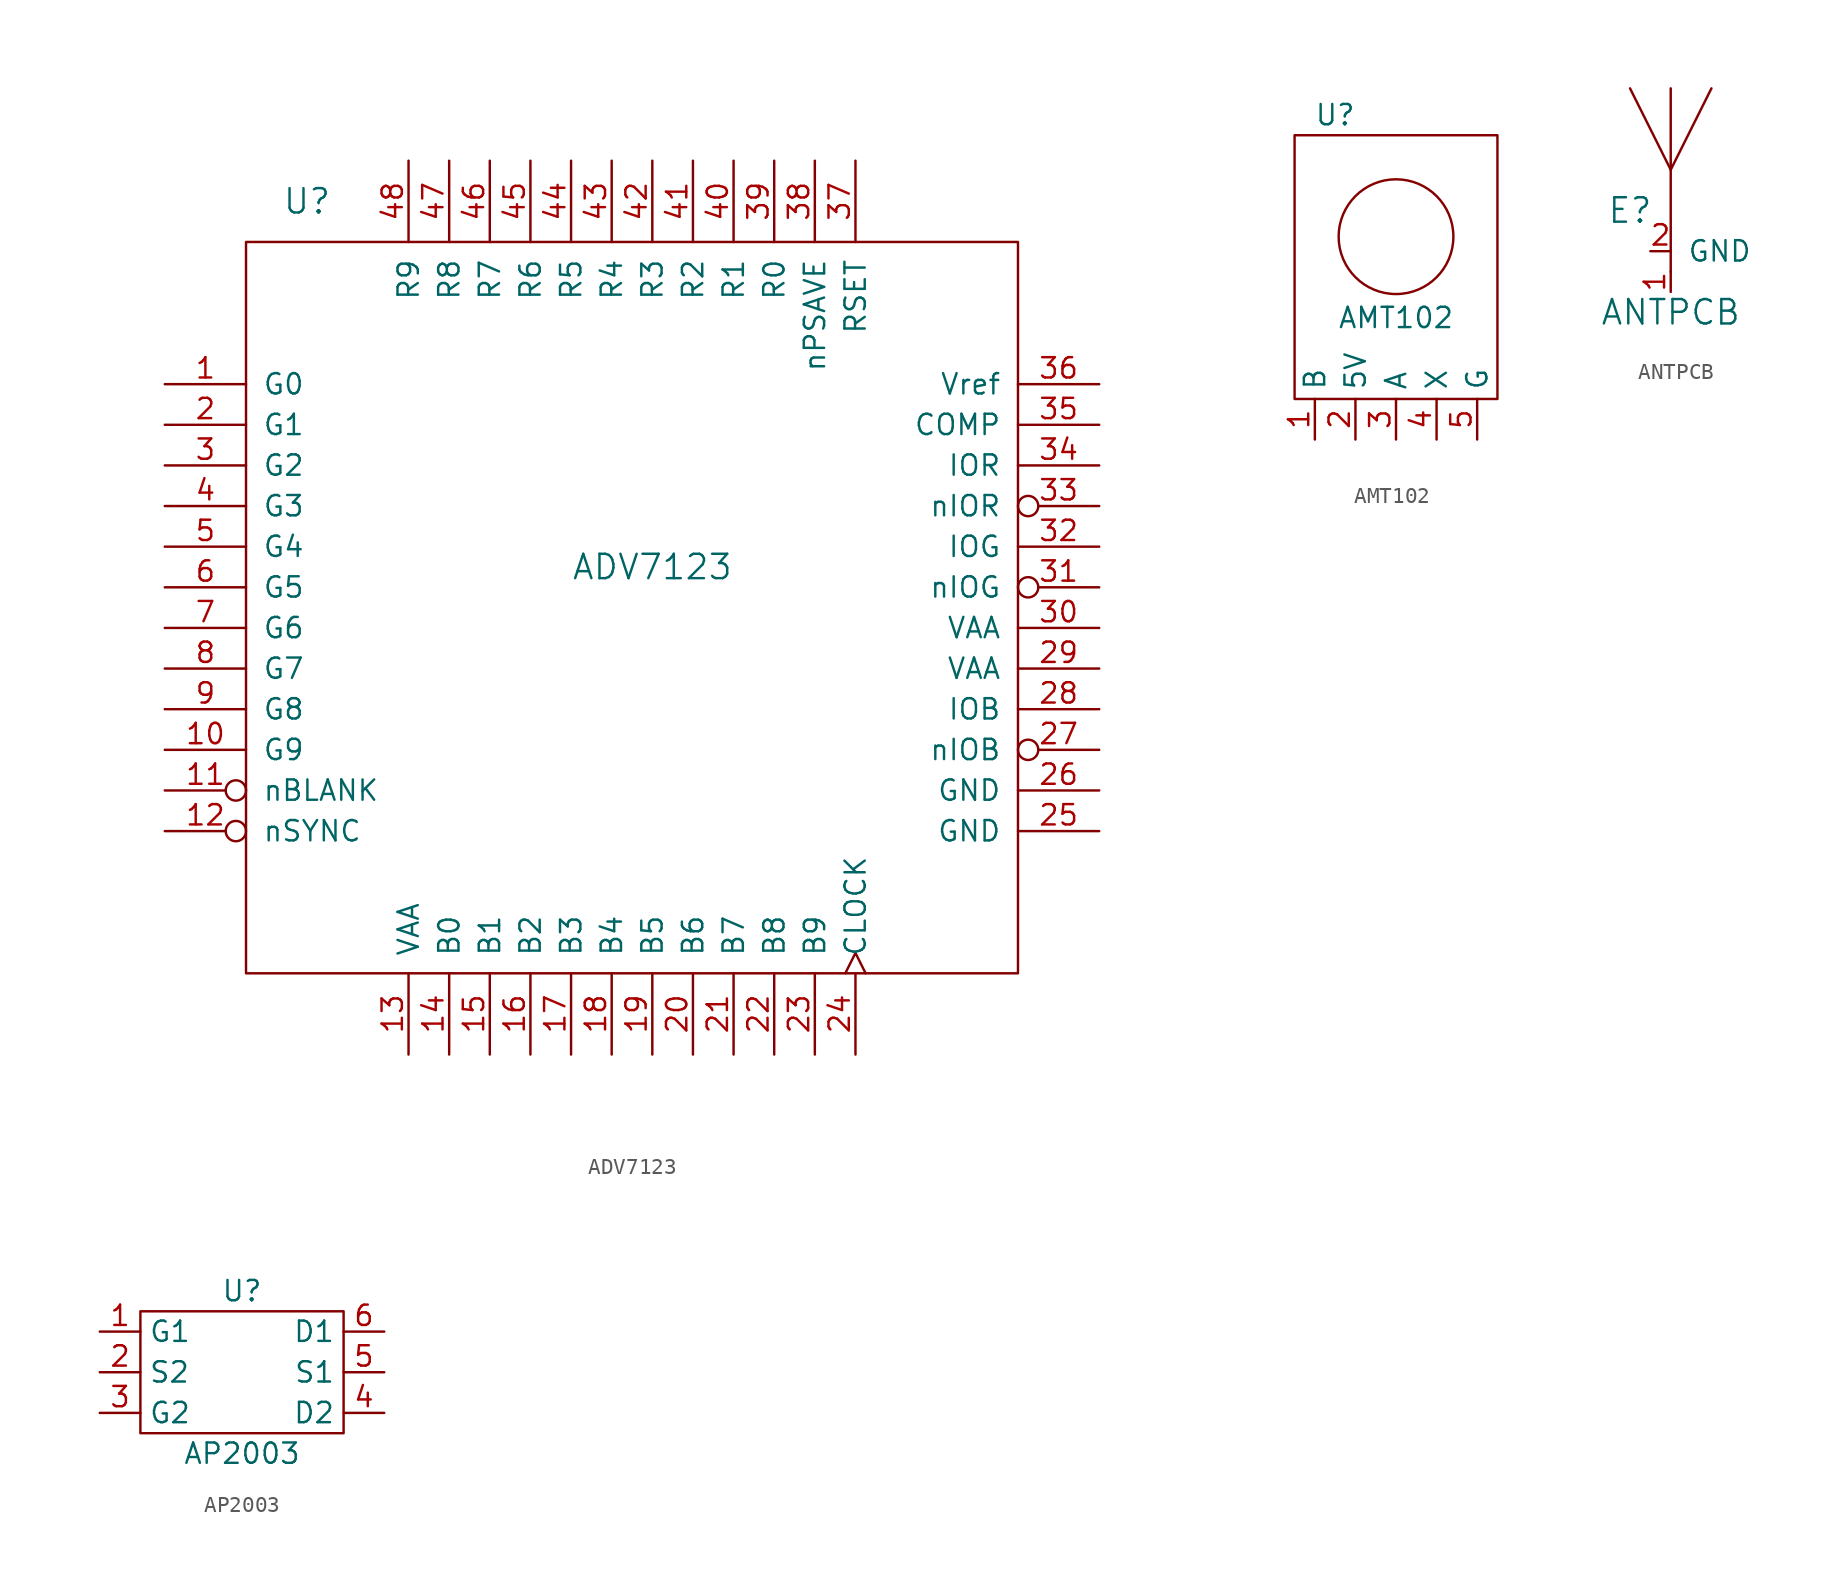
<source format=kicad_sym>
(kicad_symbol_lib
  (version 20220914)
  (generator kicad_symbol_editor)
  (symbol "ADV7123"
    (pin_names
      (offset 1.016))
    (property "Reference" "U"
      (at -29.21 38.1 0)
      (effects (font (size 1.524 1.524))))
    (property "Value" "ADV7123"
      (at -7.62 15.24 0)
      (effects (font (size 1.524 1.524))))
    (property "Footprint" ""
      (at 0 0 0)
      (effects (font (size 1.524 1.524))))
    (property "Datasheet" ""
      (at 0 0 0)
      (effects (font (size 1.524 1.524))))
    (symbol "ADV7123_0_1"
      (rectangle (start -33.02 35.56) (end 15.24 -10.16) (stroke (width 0) (type default)) (fill (type none))))
    (symbol "ADV7123_1_1"
      (pin input line (at -38.1 26.67 0) (length 5.08) (name "G0" (effects (font (size 1.27 1.27)))) (number "1" (effects (font (size 1.27 1.27)))))
      (pin input line (at -38.1 3.81 0) (length 5.08) (name "G9" (effects (font (size 1.27 1.27)))) (number "10" (effects (font (size 1.27 1.27)))))
      (pin input inverted (at -38.1 1.27 0) (length 5.08) (name "nBLANK" (effects (font (size 1.27 1.27)))) (number "11" (effects (font (size 1.27 1.27)))))
      (pin input inverted (at -38.1 -1.27 0) (length 5.08) (name "nSYNC" (effects (font (size 1.27 1.27)))) (number "12" (effects (font (size 1.27 1.27)))))
      (pin power_in line (at -22.86 -15.24 90) (length 5.08) (name "VAA" (effects (font (size 1.27 1.27)))) (number "13" (effects (font (size 1.27 1.27)))))
      (pin input line (at -20.32 -15.24 90) (length 5.08) (name "B0" (effects (font (size 1.27 1.27)))) (number "14" (effects (font (size 1.27 1.27)))))
      (pin input line (at -17.78 -15.24 90) (length 5.08) (name "B1" (effects (font (size 1.27 1.27)))) (number "15" (effects (font (size 1.27 1.27)))))
      (pin input line (at -15.24 -15.24 90) (length 5.08) (name "B2" (effects (font (size 1.27 1.27)))) (number "16" (effects (font (size 1.27 1.27)))))
      (pin input line (at -12.7 -15.24 90) (length 5.08) (name "B3" (effects (font (size 1.27 1.27)))) (number "17" (effects (font (size 1.27 1.27)))))
      (pin input line (at -10.16 -15.24 90) (length 5.08) (name "B4" (effects (font (size 1.27 1.27)))) (number "18" (effects (font (size 1.27 1.27)))))
      (pin input line (at -7.62 -15.24 90) (length 5.08) (name "B5" (effects (font (size 1.27 1.27)))) (number "19" (effects (font (size 1.27 1.27)))))
      (pin input line (at -38.1 24.13 0) (length 5.08) (name "G1" (effects (font (size 1.27 1.27)))) (number "2" (effects (font (size 1.27 1.27)))))
      (pin input line (at -5.08 -15.24 90) (length 5.08) (name "B6" (effects (font (size 1.27 1.27)))) (number "20" (effects (font (size 1.27 1.27)))))
      (pin input line (at -2.54 -15.24 90) (length 5.08) (name "B7" (effects (font (size 1.27 1.27)))) (number "21" (effects (font (size 1.27 1.27)))))
      (pin input line (at 0 -15.24 90) (length 5.08) (name "B8" (effects (font (size 1.27 1.27)))) (number "22" (effects (font (size 1.27 1.27)))))
      (pin input line (at 2.54 -15.24 90) (length 5.08) (name "B9" (effects (font (size 1.27 1.27)))) (number "23" (effects (font (size 1.27 1.27)))))
      (pin input clock (at 5.08 -15.24 90) (length 5.08) (name "CLOCK" (effects (font (size 1.27 1.27)))) (number "24" (effects (font (size 1.27 1.27)))))
      (pin power_in line (at 20.32 -1.27 180) (length 5.08) (name "GND" (effects (font (size 1.27 1.27)))) (number "25" (effects (font (size 1.27 1.27)))))
      (pin power_in line (at 20.32 1.27 180) (length 5.08) (name "GND" (effects (font (size 1.27 1.27)))) (number "26" (effects (font (size 1.27 1.27)))))
      (pin input inverted (at 20.32 3.81 180) (length 5.08) (name "nIOB" (effects (font (size 1.27 1.27)))) (number "27" (effects (font (size 1.27 1.27)))))
      (pin input line (at 20.32 6.35 180) (length 5.08) (name "IOB" (effects (font (size 1.27 1.27)))) (number "28" (effects (font (size 1.27 1.27)))))
      (pin power_in line (at 20.32 8.89 180) (length 5.08) (name "VAA" (effects (font (size 1.27 1.27)))) (number "29" (effects (font (size 1.27 1.27)))))
      (pin input line (at -38.1 21.59 0) (length 5.08) (name "G2" (effects (font (size 1.27 1.27)))) (number "3" (effects (font (size 1.27 1.27)))))
      (pin power_in line (at 20.32 11.43 180) (length 5.08) (name "VAA" (effects (font (size 1.27 1.27)))) (number "30" (effects (font (size 1.27 1.27)))))
      (pin input inverted (at 20.32 13.97 180) (length 5.08) (name "nIOG" (effects (font (size 1.27 1.27)))) (number "31" (effects (font (size 1.27 1.27)))))
      (pin input line (at 20.32 16.51 180) (length 5.08) (name "IOG" (effects (font (size 1.27 1.27)))) (number "32" (effects (font (size 1.27 1.27)))))
      (pin input inverted (at 20.32 19.05 180) (length 5.08) (name "nIOR" (effects (font (size 1.27 1.27)))) (number "33" (effects (font (size 1.27 1.27)))))
      (pin input line (at 20.32 21.59 180) (length 5.08) (name "IOR" (effects (font (size 1.27 1.27)))) (number "34" (effects (font (size 1.27 1.27)))))
      (pin input line (at 20.32 24.13 180) (length 5.08) (name "COMP" (effects (font (size 1.27 1.27)))) (number "35" (effects (font (size 1.27 1.27)))))
      (pin power_in line (at 20.32 26.67 180) (length 5.08) (name "Vref" (effects (font (size 1.27 1.27)))) (number "36" (effects (font (size 1.27 1.27)))))
      (pin input line (at 5.08 40.64 270) (length 5.08) (name "RSET" (effects (font (size 1.27 1.27)))) (number "37" (effects (font (size 1.27 1.27)))))
      (pin input line (at 2.54 40.64 270) (length 5.08) (name "nPSAVE" (effects (font (size 1.27 1.27)))) (number "38" (effects (font (size 1.27 1.27)))))
      (pin input line (at 0 40.64 270) (length 5.08) (name "R0" (effects (font (size 1.27 1.27)))) (number "39" (effects (font (size 1.27 1.27)))))
      (pin input line (at -38.1 19.05 0) (length 5.08) (name "G3" (effects (font (size 1.27 1.27)))) (number "4" (effects (font (size 1.27 1.27)))))
      (pin input line (at -2.54 40.64 270) (length 5.08) (name "R1" (effects (font (size 1.27 1.27)))) (number "40" (effects (font (size 1.27 1.27)))))
      (pin input line (at -5.08 40.64 270) (length 5.08) (name "R2" (effects (font (size 1.27 1.27)))) (number "41" (effects (font (size 1.27 1.27)))))
      (pin input line (at -7.62 40.64 270) (length 5.08) (name "R3" (effects (font (size 1.27 1.27)))) (number "42" (effects (font (size 1.27 1.27)))))
      (pin input line (at -10.16 40.64 270) (length 5.08) (name "R4" (effects (font (size 1.27 1.27)))) (number "43" (effects (font (size 1.27 1.27)))))
      (pin input line (at -12.7 40.64 270) (length 5.08) (name "R5" (effects (font (size 1.27 1.27)))) (number "44" (effects (font (size 1.27 1.27)))))
      (pin input line (at -15.24 40.64 270) (length 5.08) (name "R6" (effects (font (size 1.27 1.27)))) (number "45" (effects (font (size 1.27 1.27)))))
      (pin input line (at -17.78 40.64 270) (length 5.08) (name "R7" (effects (font (size 1.27 1.27)))) (number "46" (effects (font (size 1.27 1.27)))))
      (pin input line (at -20.32 40.64 270) (length 5.08) (name "R8" (effects (font (size 1.27 1.27)))) (number "47" (effects (font (size 1.27 1.27)))))
      (pin input line (at -22.86 40.64 270) (length 5.08) (name "R9" (effects (font (size 1.27 1.27)))) (number "48" (effects (font (size 1.27 1.27)))))
      (pin input line (at -38.1 16.51 0) (length 5.08) (name "G4" (effects (font (size 1.27 1.27)))) (number "5" (effects (font (size 1.27 1.27)))))
      (pin input line (at -38.1 13.97 0) (length 5.08) (name "G5" (effects (font (size 1.27 1.27)))) (number "6" (effects (font (size 1.27 1.27)))))
      (pin input line (at -38.1 11.43 0) (length 5.08) (name "G6" (effects (font (size 1.27 1.27)))) (number "7" (effects (font (size 1.27 1.27)))))
      (pin input line (at -38.1 8.89 0) (length 5.08) (name "G7" (effects (font (size 1.27 1.27)))) (number "8" (effects (font (size 1.27 1.27)))))
      (pin input line (at -38.1 6.35 0) (length 5.08) (name "G8" (effects (font (size 1.27 1.27)))) (number "9" (effects (font (size 1.27 1.27)))))))
  (symbol "AMT102"
    (property "Reference" "U"
      (at -3.81 13.97 0)
      (effects (font (size 1.27 1.27))))
    (property "Value" "AMT102"
      (at 0 1.27 0)
      (effects (font (size 1.27 1.27))))
    (symbol "AMT102_0_1"
      (rectangle (start -6.35 12.7) (end 6.35 -3.81) (stroke (width 0.152) (type default)) (fill (type none)))
      (circle (center 0 6.35) (radius 3.592) (stroke (width 0.152) (type default)) (fill (type none))))
    (symbol "AMT102_1_1"
      (pin input line (at -5.08 -6.35 90) (length 2.54) (name "B" (effects (font (size 1.27 1.27)))) (number "1" (effects (font (size 1.27 1.27)))))
      (pin input line (at -2.54 -6.35 90) (length 2.54) (name "5V" (effects (font (size 1.27 1.27)))) (number "2" (effects (font (size 1.27 1.27)))))
      (pin input line (at 0 -6.35 90) (length 2.54) (name "A" (effects (font (size 1.27 1.27)))) (number "3" (effects (font (size 1.27 1.27)))))
      (pin input line (at 2.54 -6.35 90) (length 2.54) (name "X" (effects (font (size 1.27 1.27)))) (number "4" (effects (font (size 1.27 1.27)))))
      (pin input line (at 5.08 -6.35 90) (length 2.54) (name "G" (effects (font (size 1.27 1.27)))) (number "5" (effects (font (size 1.27 1.27)))))))
  (symbol "ANTPCB"
    (pin_names
      (offset 1.016))
    (property "Reference" "E"
      (at -2.54 3.81 0)
      (effects (font (size 1.524 1.524))))
    (property "Value" "ANTPCB"
      (at 0 -2.54 0)
      (effects (font (size 1.524 1.524))))
    (property "Footprint" ""
      (at 0 0 0)
      (effects (font (size 1.524 1.524))))
    (property "Datasheet" ""
      (at 0 0 0)
      (effects (font (size 1.524 1.524))))
    (symbol "ANTPCB_0_1"
      (polyline (pts (xy 0 6.35) (xy 0 11.43)) (stroke (width 0) (type default)) (fill (type none)))
      (polyline (pts (xy 0 6.35) (xy 2.54 11.43)) (stroke (width 0) (type default)) (fill (type none)))
      (polyline (pts (xy 0 0) (xy 0 6.35) (xy -2.54 11.43)) (stroke (width 0) (type default)) (fill (type none))))
    (symbol "ANTPCB_1_1"
      (pin input line (at 0 -1.27 90) (length 1.27) (name "~" (effects (font (size 1.27 1.27)))) (number "1" (effects (font (size 1.27 1.27)))))
      (pin input line (at -1.27 1.27 0) (length 1.27) (name "GND" (effects (font (size 1.27 1.27)))) (number "2" (effects (font (size 1.27 1.27)))))))
  (symbol "AP2003"
    (property "Reference" "U"
      (at 0 5.08 0)
      (effects (font (size 1.27 1.27))))
    (property "Value" "AP2003"
      (at 0 -5.08 0)
      (effects (font (size 1.27 1.27))))
    (symbol "AP2003_0_1"
      (rectangle (start -6.35 3.81) (end 6.35 -3.81) (stroke (width 0) (type default)) (fill (type none))))
    (symbol "AP2003_1_1"
      (pin input line (at -8.89 2.54 0) (length 2.54) (name "G1" (effects (font (size 1.27 1.27)))) (number "1" (effects (font (size 1.27 1.27)))))
      (pin input line (at -8.89 0 0) (length 2.54) (name "S2" (effects (font (size 1.27 1.27)))) (number "2" (effects (font (size 1.27 1.27)))))
      (pin input line (at -8.89 -2.54 0) (length 2.54) (name "G2" (effects (font (size 1.27 1.27)))) (number "3" (effects (font (size 1.27 1.27)))))
      (pin input line (at 8.89 -2.54 180) (length 2.54) (name "D2" (effects (font (size 1.27 1.27)))) (number "4" (effects (font (size 1.27 1.27)))))
      (pin input line (at 8.89 0 180) (length 2.54) (name "S1" (effects (font (size 1.27 1.27)))) (number "5" (effects (font (size 1.27 1.27)))))
      (pin input line (at 8.89 2.54 180) (length 2.54) (name "D1" (effects (font (size 1.27 1.27)))) (number "6" (effects (font (size 1.27 1.27))))))))
</source>
